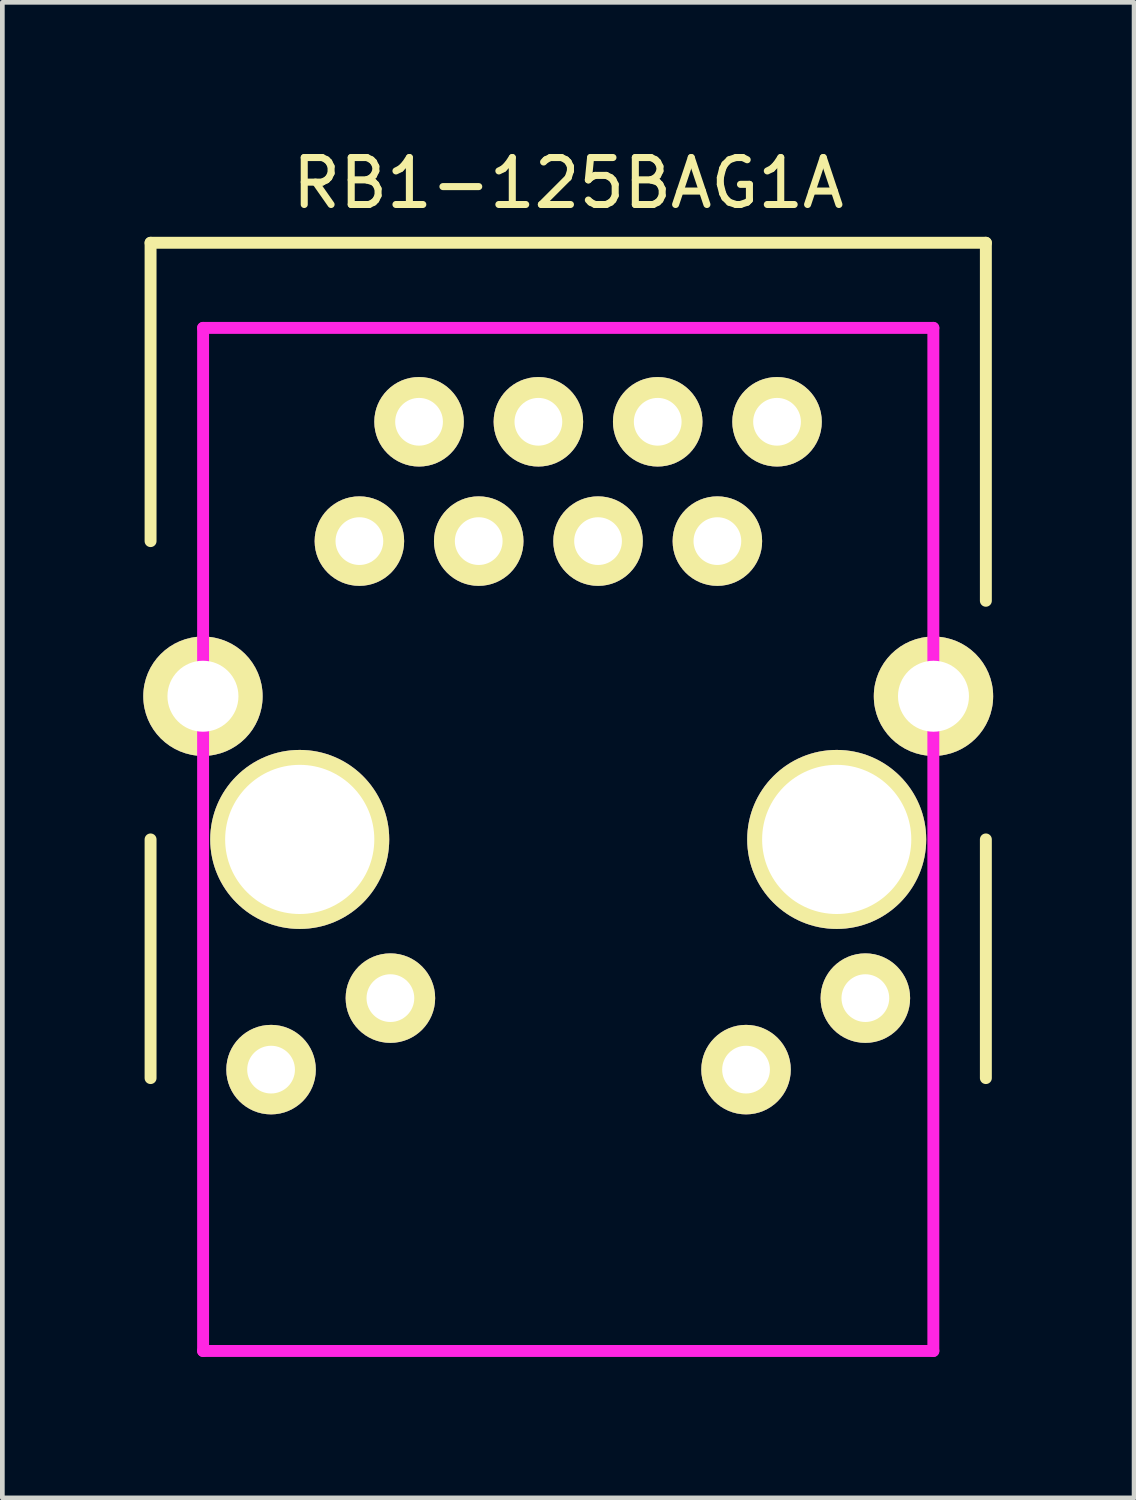
<source format=kicad_pcb>
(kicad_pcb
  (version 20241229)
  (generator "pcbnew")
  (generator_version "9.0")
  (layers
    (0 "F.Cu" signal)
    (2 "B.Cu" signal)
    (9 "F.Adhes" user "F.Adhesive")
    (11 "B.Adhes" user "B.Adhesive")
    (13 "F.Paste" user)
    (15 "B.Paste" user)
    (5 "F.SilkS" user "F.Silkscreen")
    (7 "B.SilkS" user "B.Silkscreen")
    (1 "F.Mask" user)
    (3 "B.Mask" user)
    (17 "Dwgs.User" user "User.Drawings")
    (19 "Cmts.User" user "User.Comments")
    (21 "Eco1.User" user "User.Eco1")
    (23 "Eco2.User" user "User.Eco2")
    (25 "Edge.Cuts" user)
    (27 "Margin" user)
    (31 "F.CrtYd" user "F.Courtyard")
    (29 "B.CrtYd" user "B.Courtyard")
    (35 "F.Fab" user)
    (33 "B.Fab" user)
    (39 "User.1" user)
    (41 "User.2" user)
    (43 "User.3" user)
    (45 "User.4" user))
  (footprint "RB1-125BAG1A"
    (layer "F.Cu")
    (at 9.045 14.818)
    (property "Reference" "RB1-125BAG1A" (at 0 -13.97 0) (layer "F.SilkS") (effects (font (size 1 1) (thickness 0.15))))
    (attr through_hole)
    (fp_line (start -8.89 -12.7) (end 8.89 -12.7) (stroke (width 0.254) (type solid)) (layer "F.SilkS"))
    (fp_line (start -8.89 -6.35) (end -8.89 -12.7) (stroke (width 0.254) (type solid)) (layer "F.SilkS"))
    (fp_line (start -8.89 5.08) (end -8.89 0) (stroke (width 0.254) (type solid)) (layer "F.SilkS"))
    (fp_line (start 8.89 -12.7) (end 8.89 -5.08) (stroke (width 0.254) (type solid)) (layer "F.SilkS"))
    (fp_line (start 8.89 5.08) (end 8.89 0) (stroke (width 0.254) (type solid)) (layer "F.SilkS"))
    (fp_line (start -7.772 -10.889) (end 7.772 -10.889) (stroke (width 0.254) (type solid)) (layer "F.CrtYd"))
    (fp_line (start -7.772 10.889) (end -7.772 -10.889) (stroke (width 0.254) (type solid)) (layer "F.CrtYd"))
    (fp_line (start 7.772 -10.889) (end 7.772 10.889) (stroke (width 0.254) (type solid)) (layer "F.CrtYd"))
    (fp_line (start 7.772 10.889) (end -7.772 10.889) (stroke (width 0.254) (type solid)) (layer "F.CrtYd"))
    (pad "1" thru_hole circle (at -4.445 -6.35) (size 1.905 1.905) (drill 1.016) (layers "*.Cu" "*.Mask" "F.SilkS"))
    (pad "2" thru_hole circle (at -3.175 -8.89) (size 1.905 1.905) (drill 1.016) (layers "*.Cu" "*.Mask" "F.SilkS"))
    (pad "3" thru_hole circle (at -1.905 -6.35) (size 1.905 1.905) (drill 1.016) (layers "*.Cu" "*.Mask" "F.SilkS"))
    (pad "4" thru_hole circle (at -0.635 -8.89) (size 1.905 1.905) (drill 1.016) (layers "*.Cu" "*.Mask" "F.SilkS"))
    (pad "5" thru_hole circle (at 0.635 -6.35) (size 1.905 1.905) (drill 1.016) (layers "*.Cu" "*.Mask" "F.SilkS"))
    (pad "6" thru_hole circle (at 1.905 -8.89) (size 1.905 1.905) (drill 1.016) (layers "*.Cu" "*.Mask" "F.SilkS"))
    (pad "6" thru_hole circle (at 6.325 3.378) (size 1.905 1.905) (drill 1.016) (layers "*.Cu" "*.Mask" "F.SilkS"))
    (pad "7" thru_hole circle (at 3.175 -6.35) (size 1.905 1.905) (drill 1.016) (layers "*.Cu" "*.Mask" "F.SilkS"))
    (pad "8" thru_hole circle (at 4.445 -8.89) (size 1.905 1.905) (drill 1.016) (layers "*.Cu" "*.Mask" "F.SilkS"))
    (pad "9" thru_hole circle (at -7.775 -3.048) (size 2.54 2.54) (drill 1.511) (layers "*.Cu" "*.Mask" "F.SilkS"))
    (pad "9" thru_hole circle (at -6.325 4.9) (size 1.905 1.905) (drill 1.016) (layers "*.Cu" "*.Mask" "F.SilkS"))
    (pad "9" thru_hole circle (at -5.715 0) (size 3.81 3.81) (drill 3.175) (layers "*.Cu" "*.Mask" "F.SilkS"))
    (pad "9" thru_hole circle (at -3.785 3.378) (size 1.905 1.905) (drill 1.016) (layers "*.Cu" "*.Mask" "F.SilkS"))
    (pad "9" thru_hole circle (at 3.785 4.9) (size 1.905 1.905) (drill 1.016) (layers "*.Cu" "*.Mask" "F.SilkS"))
    (pad "9" thru_hole circle (at 5.715 0) (size 3.81 3.81) (drill 3.175) (layers "*.Cu" "*.Mask" "F.SilkS"))
    (pad "9" thru_hole circle (at 7.775 -3.048) (size 2.54 2.54) (drill 1.511) (layers "*.Cu" "*.Mask" "F.SilkS")))
  (gr_rect
    (start -3 -3)
    (end 21.09 28.834)
    (stroke (width 0.1) (type default))
    (fill no)
    (layer "Edge.Cuts")))
</source>
